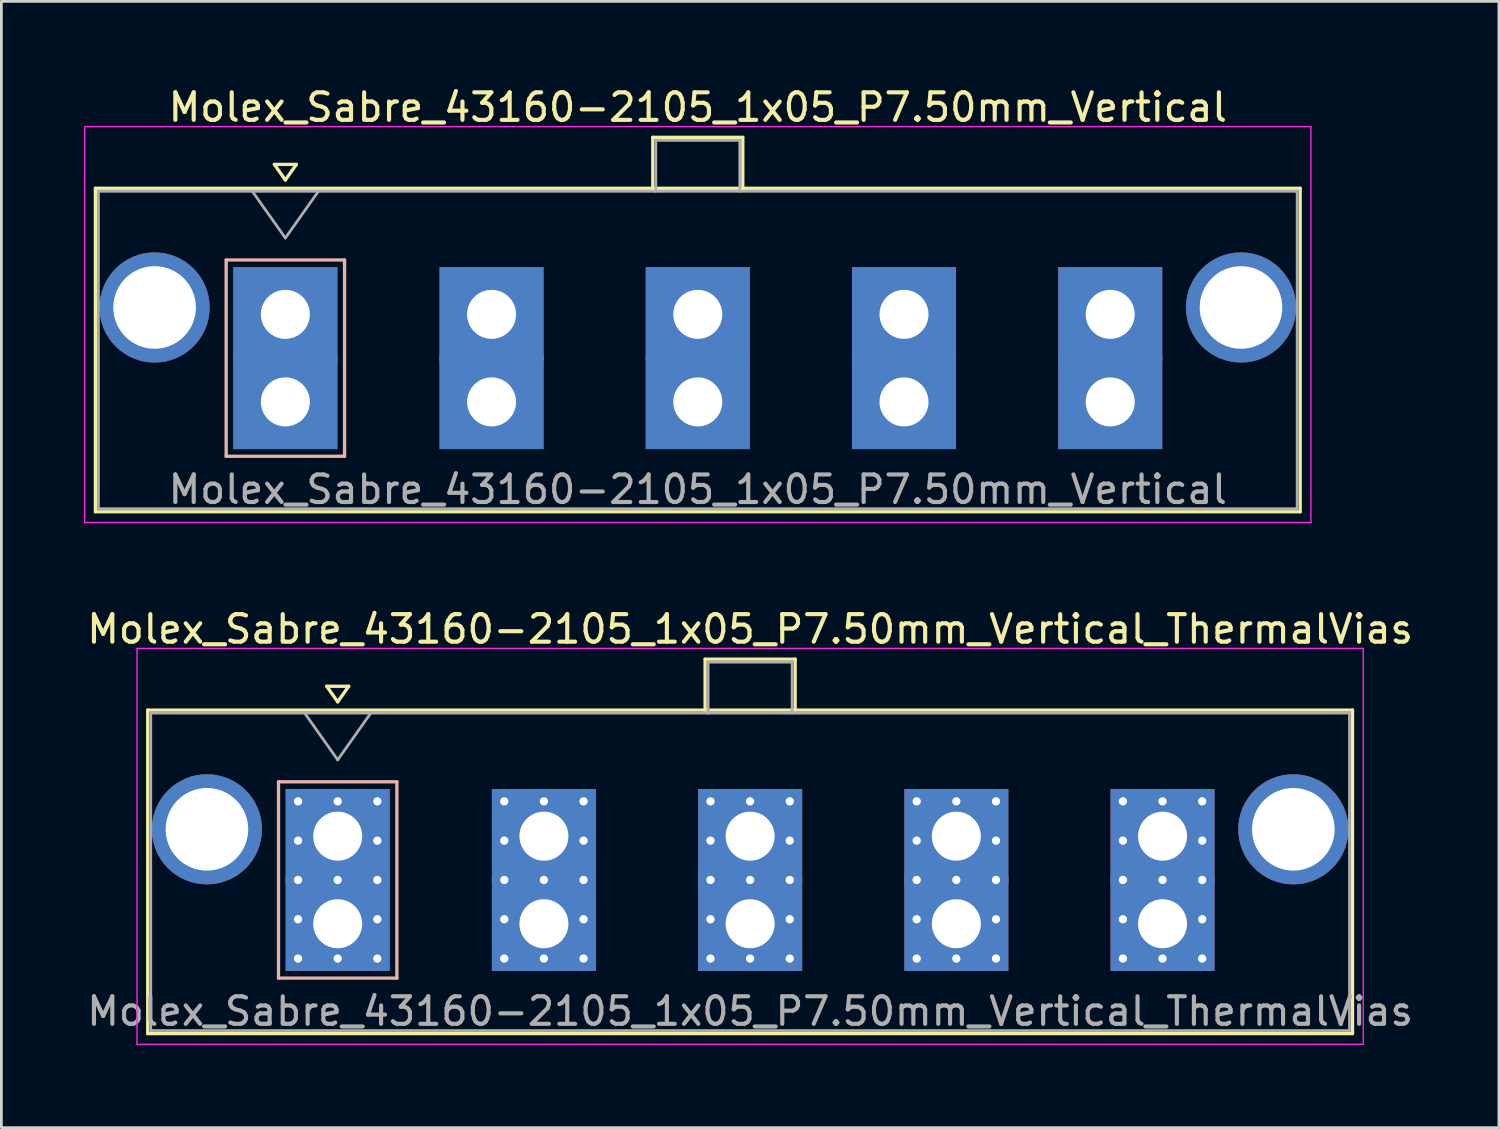
<source format=kicad_pcb>
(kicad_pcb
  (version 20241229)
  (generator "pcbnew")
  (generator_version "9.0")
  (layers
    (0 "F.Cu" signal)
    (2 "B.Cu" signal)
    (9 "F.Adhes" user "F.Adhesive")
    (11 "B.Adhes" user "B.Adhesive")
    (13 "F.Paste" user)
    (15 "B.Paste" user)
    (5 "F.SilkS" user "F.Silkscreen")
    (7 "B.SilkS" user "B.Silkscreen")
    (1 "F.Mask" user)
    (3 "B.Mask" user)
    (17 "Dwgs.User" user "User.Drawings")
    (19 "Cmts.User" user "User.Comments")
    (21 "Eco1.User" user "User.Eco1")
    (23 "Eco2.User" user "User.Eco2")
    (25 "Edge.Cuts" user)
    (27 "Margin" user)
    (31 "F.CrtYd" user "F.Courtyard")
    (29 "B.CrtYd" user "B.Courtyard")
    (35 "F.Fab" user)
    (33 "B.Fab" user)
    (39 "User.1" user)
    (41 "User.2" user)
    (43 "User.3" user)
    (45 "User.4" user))
  (footprint "Molex_Sabre_43160-2105_1x05_P7.50mm_Vertical_ThermalVias"
    (layer "F.Cu")
    (at 9.216 30.502)
    (property "Reference" "Molex_Sabre_43160-2105_1x05_P7.50mm_Vertical_ThermalVias" (at 14.98 -10.7 0) (layer "F.SilkS") (effects (font (size 1 1) (thickness 0.15))))
    (attr through_hole)
    (fp_line (start -6.9 -7.76) (end -6.9 3.99) (stroke (width 0.12) (type solid)) (layer "F.SilkS"))
    (fp_line (start -6.9 3.99) (end 36.86 3.99) (stroke (width 0.12) (type solid)) (layer "F.SilkS"))
    (fp_line (start -0.4 -8.626) (end 0 -8.06) (stroke (width 0.12) (type solid)) (layer "F.SilkS"))
    (fp_line (start 0 -8.06) (end 0.4 -8.626) (stroke (width 0.12) (type solid)) (layer "F.SilkS"))
    (fp_line (start 0.4 -8.626) (end -0.4 -8.626) (stroke (width 0.12) (type solid)) (layer "F.SilkS"))
    (fp_line (start 13.345 -9.61) (end 16.615 -9.61) (stroke (width 0.12) (type solid)) (layer "F.SilkS"))
    (fp_line (start 13.345 -7.76) (end 13.345 -9.61) (stroke (width 0.12) (type solid)) (layer "F.SilkS"))
    (fp_line (start 16.615 -9.61) (end 16.615 -7.76) (stroke (width 0.12) (type solid)) (layer "F.SilkS"))
    (fp_line (start 36.86 -7.76) (end -6.9 -7.76) (stroke (width 0.12) (type solid)) (layer "F.SilkS"))
    (fp_line (start 36.86 3.99) (end 36.86 -7.76) (stroke (width 0.12) (type solid)) (layer "F.SilkS"))
    (fp_line (start -2.15 -5.155) (end -2.15 1.975) (stroke (width 0.12) (type solid)) (layer "B.SilkS"))
    (fp_line (start -2.15 1.975) (end 2.15 1.975) (stroke (width 0.12) (type solid)) (layer "B.SilkS"))
    (fp_line (start 2.15 -5.155) (end -2.15 -5.155) (stroke (width 0.12) (type solid)) (layer "B.SilkS"))
    (fp_line (start 2.15 1.975) (end 2.15 -5.155) (stroke (width 0.12) (type solid)) (layer "B.SilkS"))
    (fp_line (start -7.29 -10) (end -7.29 4.38) (stroke (width 0.05) (type solid)) (layer "F.CrtYd"))
    (fp_line (start -7.29 4.38) (end 37.25 4.38) (stroke (width 0.05) (type solid)) (layer "F.CrtYd"))
    (fp_line (start 37.25 -10) (end -7.29 -10) (stroke (width 0.05) (type solid)) (layer "F.CrtYd"))
    (fp_line (start 37.25 4.38) (end 37.25 -10) (stroke (width 0.05) (type solid)) (layer "F.CrtYd"))
    (fp_line (start -6.79 -7.65) (end -6.79 3.88) (stroke (width 0.1) (type solid)) (layer "F.Fab"))
    (fp_line (start -6.79 3.88) (end 36.75 3.88) (stroke (width 0.1) (type solid)) (layer "F.Fab"))
    (fp_line (start -1.2 -7.65) (end 0 -5.953) (stroke (width 0.1) (type solid)) (layer "F.Fab"))
    (fp_line (start 0 -5.953) (end 1.2 -7.65) (stroke (width 0.1) (type solid)) (layer "F.Fab"))
    (fp_line (start 13.455 -9.5) (end 16.505 -9.5) (stroke (width 0.1) (type solid)) (layer "F.Fab"))
    (fp_line (start 13.455 -7.65) (end 13.455 -9.5) (stroke (width 0.1) (type solid)) (layer "F.Fab"))
    (fp_line (start 16.505 -9.5) (end 16.505 -7.65) (stroke (width 0.1) (type solid)) (layer "F.Fab"))
    (fp_line (start 36.75 -7.65) (end -6.79 -7.65) (stroke (width 0.1) (type solid)) (layer "F.Fab"))
    (fp_line (start 36.75 3.88) (end 36.75 -7.65) (stroke (width 0.1) (type solid)) (layer "F.Fab"))
    (fp_text user "${REFERENCE}" (at 14.98 3.18 0) (layer "F.Fab") (effects (font (size 1 1) (thickness 0.15))))
    (pad "" thru_hole circle (at -4.75 -3.43) (size 4 4) (drill 3) (layers "*.Cu" "*.Mask"))
    (pad "" thru_hole circle (at 34.71 -3.43) (size 4 4) (drill 3) (layers "*.Cu" "*.Mask"))
    (pad "1" thru_hole rect (at -1.44 -4.445) (size 0.6 0.6) (drill 0.3) (layers "*.Cu" "*.Mask"))
    (pad "1" thru_hole rect (at -1.44 -3.018) (size 0.6 0.6) (drill 0.3) (layers "*.Cu" "*.Mask"))
    (pad "1" thru_hole rect (at -1.44 -1.59) (size 0.6 0.6) (drill 0.3) (layers "*.Cu" "*.Mask"))
    (pad "1" thru_hole rect (at -1.44 -0.163) (size 0.6 0.6) (drill 0.3) (layers "*.Cu" "*.Mask"))
    (pad "1" thru_hole rect (at -1.44 1.265) (size 0.6 0.6) (drill 0.3) (layers "*.Cu" "*.Mask"))
    (pad "1" thru_hole rect (at 0 -4.445) (size 0.6 0.6) (drill 0.3) (layers "*.Cu" "*.Mask"))
    (pad "1" thru_hole rect (at 0 -3.18) (size 3.78 3.43) (drill 1.78) (layers "*.Cu" "*.Mask"))
    (pad "1" thru_hole rect (at 0 -1.59) (size 0.6 0.6) (drill 0.3) (layers "*.Cu" "*.Mask"))
    (pad "1" thru_hole rect (at 0 0) (size 3.78 3.43) (drill 1.78) (layers "*.Cu" "*.Mask"))
    (pad "1" thru_hole rect (at 0 1.265) (size 0.6 0.6) (drill 0.3) (layers "*.Cu" "*.Mask"))
    (pad "1" thru_hole rect (at 1.44 -4.445) (size 0.6 0.6) (drill 0.3) (layers "*.Cu" "*.Mask"))
    (pad "1" thru_hole rect (at 1.44 -3.018) (size 0.6 0.6) (drill 0.3) (layers "*.Cu" "*.Mask"))
    (pad "1" thru_hole rect (at 1.44 -1.59) (size 0.6 0.6) (drill 0.3) (layers "*.Cu" "*.Mask"))
    (pad "1" thru_hole rect (at 1.44 -0.163) (size 0.6 0.6) (drill 0.3) (layers "*.Cu" "*.Mask"))
    (pad "1" thru_hole rect (at 1.44 1.265) (size 0.6 0.6) (drill 0.3) (layers "*.Cu" "*.Mask"))
    (pad "2" thru_hole circle (at 6.05 -4.445) (size 0.6 0.6) (drill 0.3) (layers "*.Cu" "*.Mask"))
    (pad "2" thru_hole circle (at 6.05 -3.018) (size 0.6 0.6) (drill 0.3) (layers "*.Cu" "*.Mask"))
    (pad "2" thru_hole circle (at 6.05 -1.59) (size 0.6 0.6) (drill 0.3) (layers "*.Cu" "*.Mask"))
    (pad "2" thru_hole circle (at 6.05 -0.163) (size 0.6 0.6) (drill 0.3) (layers "*.Cu" "*.Mask"))
    (pad "2" thru_hole circle (at 6.05 1.265) (size 0.6 0.6) (drill 0.3) (layers "*.Cu" "*.Mask"))
    (pad "2" thru_hole circle (at 7.49 -4.445) (size 0.6 0.6) (drill 0.3) (layers "*.Cu" "*.Mask"))
    (pad "2" thru_hole rect (at 7.49 -3.18) (size 3.78 3.43) (drill 1.78) (layers "*.Cu" "*.Mask"))
    (pad "2" thru_hole circle (at 7.49 -1.59) (size 0.6 0.6) (drill 0.3) (layers "*.Cu" "*.Mask"))
    (pad "2" thru_hole rect (at 7.49 0) (size 3.78 3.43) (drill 1.78) (layers "*.Cu" "*.Mask"))
    (pad "2" thru_hole circle (at 7.49 1.265) (size 0.6 0.6) (drill 0.3) (layers "*.Cu" "*.Mask"))
    (pad "2" thru_hole circle (at 8.93 -4.445) (size 0.6 0.6) (drill 0.3) (layers "*.Cu" "*.Mask"))
    (pad "2" thru_hole circle (at 8.93 -3.018) (size 0.6 0.6) (drill 0.3) (layers "*.Cu" "*.Mask"))
    (pad "2" thru_hole circle (at 8.93 -1.59) (size 0.6 0.6) (drill 0.3) (layers "*.Cu" "*.Mask"))
    (pad "2" thru_hole circle (at 8.93 -0.163) (size 0.6 0.6) (drill 0.3) (layers "*.Cu" "*.Mask"))
    (pad "2" thru_hole circle (at 8.93 1.265) (size 0.6 0.6) (drill 0.3) (layers "*.Cu" "*.Mask"))
    (pad "3" thru_hole circle (at 13.54 -4.445) (size 0.6 0.6) (drill 0.3) (layers "*.Cu" "*.Mask"))
    (pad "3" thru_hole circle (at 13.54 -3.018) (size 0.6 0.6) (drill 0.3) (layers "*.Cu" "*.Mask"))
    (pad "3" thru_hole circle (at 13.54 -1.59) (size 0.6 0.6) (drill 0.3) (layers "*.Cu" "*.Mask"))
    (pad "3" thru_hole circle (at 13.54 -0.163) (size 0.6 0.6) (drill 0.3) (layers "*.Cu" "*.Mask"))
    (pad "3" thru_hole circle (at 13.54 1.265) (size 0.6 0.6) (drill 0.3) (layers "*.Cu" "*.Mask"))
    (pad "3" thru_hole circle (at 14.98 -4.445) (size 0.6 0.6) (drill 0.3) (layers "*.Cu" "*.Mask"))
    (pad "3" thru_hole rect (at 14.98 -3.18) (size 3.78 3.43) (drill 1.78) (layers "*.Cu" "*.Mask"))
    (pad "3" thru_hole circle (at 14.98 -1.59) (size 0.6 0.6) (drill 0.3) (layers "*.Cu" "*.Mask"))
    (pad "3" thru_hole rect (at 14.98 0) (size 3.78 3.43) (drill 1.78) (layers "*.Cu" "*.Mask"))
    (pad "3" thru_hole circle (at 14.98 1.265) (size 0.6 0.6) (drill 0.3) (layers "*.Cu" "*.Mask"))
    (pad "3" thru_hole circle (at 16.42 -4.445) (size 0.6 0.6) (drill 0.3) (layers "*.Cu" "*.Mask"))
    (pad "3" thru_hole circle (at 16.42 -3.018) (size 0.6 0.6) (drill 0.3) (layers "*.Cu" "*.Mask"))
    (pad "3" thru_hole circle (at 16.42 -1.59) (size 0.6 0.6) (drill 0.3) (layers "*.Cu" "*.Mask"))
    (pad "3" thru_hole circle (at 16.42 -0.163) (size 0.6 0.6) (drill 0.3) (layers "*.Cu" "*.Mask"))
    (pad "3" thru_hole circle (at 16.42 1.265) (size 0.6 0.6) (drill 0.3) (layers "*.Cu" "*.Mask"))
    (pad "4" thru_hole circle (at 21.03 -4.445) (size 0.6 0.6) (drill 0.3) (layers "*.Cu" "*.Mask"))
    (pad "4" thru_hole circle (at 21.03 -3.018) (size 0.6 0.6) (drill 0.3) (layers "*.Cu" "*.Mask"))
    (pad "4" thru_hole circle (at 21.03 -1.59) (size 0.6 0.6) (drill 0.3) (layers "*.Cu" "*.Mask"))
    (pad "4" thru_hole circle (at 21.03 -0.163) (size 0.6 0.6) (drill 0.3) (layers "*.Cu" "*.Mask"))
    (pad "4" thru_hole circle (at 21.03 1.265) (size 0.6 0.6) (drill 0.3) (layers "*.Cu" "*.Mask"))
    (pad "4" thru_hole circle (at 22.47 -4.445) (size 0.6 0.6) (drill 0.3) (layers "*.Cu" "*.Mask"))
    (pad "4" thru_hole rect (at 22.47 -3.18) (size 3.78 3.43) (drill 1.78) (layers "*.Cu" "*.Mask"))
    (pad "4" thru_hole circle (at 22.47 -1.59) (size 0.6 0.6) (drill 0.3) (layers "*.Cu" "*.Mask"))
    (pad "4" thru_hole rect (at 22.47 0) (size 3.78 3.43) (drill 1.78) (layers "*.Cu" "*.Mask"))
    (pad "4" thru_hole circle (at 22.47 1.265) (size 0.6 0.6) (drill 0.3) (layers "*.Cu" "*.Mask"))
    (pad "4" thru_hole circle (at 23.91 -4.445) (size 0.6 0.6) (drill 0.3) (layers "*.Cu" "*.Mask"))
    (pad "4" thru_hole circle (at 23.91 -3.018) (size 0.6 0.6) (drill 0.3) (layers "*.Cu" "*.Mask"))
    (pad "4" thru_hole circle (at 23.91 -1.59) (size 0.6 0.6) (drill 0.3) (layers "*.Cu" "*.Mask"))
    (pad "4" thru_hole circle (at 23.91 -0.163) (size 0.6 0.6) (drill 0.3) (layers "*.Cu" "*.Mask"))
    (pad "4" thru_hole circle (at 23.91 1.265) (size 0.6 0.6) (drill 0.3) (layers "*.Cu" "*.Mask"))
    (pad "5" thru_hole circle (at 28.52 -4.445) (size 0.6 0.6) (drill 0.3) (layers "*.Cu" "*.Mask"))
    (pad "5" thru_hole circle (at 28.52 -3.018) (size 0.6 0.6) (drill 0.3) (layers "*.Cu" "*.Mask"))
    (pad "5" thru_hole circle (at 28.52 -1.59) (size 0.6 0.6) (drill 0.3) (layers "*.Cu" "*.Mask"))
    (pad "5" thru_hole circle (at 28.52 -0.163) (size 0.6 0.6) (drill 0.3) (layers "*.Cu" "*.Mask"))
    (pad "5" thru_hole circle (at 28.52 1.265) (size 0.6 0.6) (drill 0.3) (layers "*.Cu" "*.Mask"))
    (pad "5" thru_hole circle (at 29.96 -4.445) (size 0.6 0.6) (drill 0.3) (layers "*.Cu" "*.Mask"))
    (pad "5" thru_hole rect (at 29.96 -3.18) (size 3.78 3.43) (drill 1.78) (layers "*.Cu" "*.Mask"))
    (pad "5" thru_hole circle (at 29.96 -1.59) (size 0.6 0.6) (drill 0.3) (layers "*.Cu" "*.Mask"))
    (pad "5" thru_hole rect (at 29.96 0) (size 3.78 3.43) (drill 1.78) (layers "*.Cu" "*.Mask"))
    (pad "5" thru_hole circle (at 29.96 1.265) (size 0.6 0.6) (drill 0.3) (layers "*.Cu" "*.Mask"))
    (pad "5" thru_hole circle (at 31.4 -4.445) (size 0.6 0.6) (drill 0.3) (layers "*.Cu" "*.Mask"))
    (pad "5" thru_hole circle (at 31.4 -3.018) (size 0.6 0.6) (drill 0.3) (layers "*.Cu" "*.Mask"))
    (pad "5" thru_hole circle (at 31.4 -1.59) (size 0.6 0.6) (drill 0.3) (layers "*.Cu" "*.Mask"))
    (pad "5" thru_hole circle (at 31.4 -0.163) (size 0.6 0.6) (drill 0.3) (layers "*.Cu" "*.Mask"))
    (pad "5" thru_hole circle (at 31.4 1.265) (size 0.6 0.6) (drill 0.3) (layers "*.Cu" "*.Mask")))
  (footprint "Molex_Sabre_43160-2105_1x05_P7.50mm_Vertical"
    (layer "F.Cu")
    (at 7.315 11.548)
    (property "Reference" "Molex_Sabre_43160-2105_1x05_P7.50mm_Vertical" (at 14.98 -10.7 0) (layer "F.SilkS") (effects (font (size 1 1) (thickness 0.15))))
    (attr through_hole)
    (fp_line (start -6.9 -7.76) (end -6.9 3.99) (stroke (width 0.12) (type solid)) (layer "F.SilkS"))
    (fp_line (start -6.9 3.99) (end 36.86 3.99) (stroke (width 0.12) (type solid)) (layer "F.SilkS"))
    (fp_line (start -0.4 -8.626) (end 0 -8.06) (stroke (width 0.12) (type solid)) (layer "F.SilkS"))
    (fp_line (start 0 -8.06) (end 0.4 -8.626) (stroke (width 0.12) (type solid)) (layer "F.SilkS"))
    (fp_line (start 0.4 -8.626) (end -0.4 -8.626) (stroke (width 0.12) (type solid)) (layer "F.SilkS"))
    (fp_line (start 13.345 -9.61) (end 16.615 -9.61) (stroke (width 0.12) (type solid)) (layer "F.SilkS"))
    (fp_line (start 13.345 -7.76) (end 13.345 -9.61) (stroke (width 0.12) (type solid)) (layer "F.SilkS"))
    (fp_line (start 16.615 -9.61) (end 16.615 -7.76) (stroke (width 0.12) (type solid)) (layer "F.SilkS"))
    (fp_line (start 36.86 -7.76) (end -6.9 -7.76) (stroke (width 0.12) (type solid)) (layer "F.SilkS"))
    (fp_line (start 36.86 3.99) (end 36.86 -7.76) (stroke (width 0.12) (type solid)) (layer "F.SilkS"))
    (fp_line (start -2.15 -5.155) (end -2.15 1.975) (stroke (width 0.12) (type solid)) (layer "B.SilkS"))
    (fp_line (start -2.15 1.975) (end 2.15 1.975) (stroke (width 0.12) (type solid)) (layer "B.SilkS"))
    (fp_line (start 2.15 -5.155) (end -2.15 -5.155) (stroke (width 0.12) (type solid)) (layer "B.SilkS"))
    (fp_line (start 2.15 1.975) (end 2.15 -5.155) (stroke (width 0.12) (type solid)) (layer "B.SilkS"))
    (fp_line (start -7.29 -10) (end -7.29 4.38) (stroke (width 0.05) (type solid)) (layer "F.CrtYd"))
    (fp_line (start -7.29 4.38) (end 37.25 4.38) (stroke (width 0.05) (type solid)) (layer "F.CrtYd"))
    (fp_line (start 37.25 -10) (end -7.29 -10) (stroke (width 0.05) (type solid)) (layer "F.CrtYd"))
    (fp_line (start 37.25 4.38) (end 37.25 -10) (stroke (width 0.05) (type solid)) (layer "F.CrtYd"))
    (fp_line (start -6.79 -7.65) (end -6.79 3.88) (stroke (width 0.1) (type solid)) (layer "F.Fab"))
    (fp_line (start -6.79 3.88) (end 36.75 3.88) (stroke (width 0.1) (type solid)) (layer "F.Fab"))
    (fp_line (start -1.2 -7.65) (end 0 -5.953) (stroke (width 0.1) (type solid)) (layer "F.Fab"))
    (fp_line (start 0 -5.953) (end 1.2 -7.65) (stroke (width 0.1) (type solid)) (layer "F.Fab"))
    (fp_line (start 13.455 -9.5) (end 16.505 -9.5) (stroke (width 0.1) (type solid)) (layer "F.Fab"))
    (fp_line (start 13.455 -7.65) (end 13.455 -9.5) (stroke (width 0.1) (type solid)) (layer "F.Fab"))
    (fp_line (start 16.505 -9.5) (end 16.505 -7.65) (stroke (width 0.1) (type solid)) (layer "F.Fab"))
    (fp_line (start 36.75 -7.65) (end -6.79 -7.65) (stroke (width 0.1) (type solid)) (layer "F.Fab"))
    (fp_line (start 36.75 3.88) (end 36.75 -7.65) (stroke (width 0.1) (type solid)) (layer "F.Fab"))
    (fp_text user "${REFERENCE}" (at 14.98 3.18 0) (layer "F.Fab") (effects (font (size 1 1) (thickness 0.15))))
    (pad "" thru_hole circle (at -4.75 -3.43) (size 4 4) (drill 3) (layers "*.Cu" "*.Mask"))
    (pad "" thru_hole circle (at 34.71 -3.43) (size 4 4) (drill 3) (layers "*.Cu" "*.Mask"))
    (pad "1" thru_hole rect (at 0 -3.18) (size 3.78 3.43) (drill 1.78) (layers "*.Cu" "*.Mask"))
    (pad "1" thru_hole rect (at 0 0) (size 3.78 3.43) (drill 1.78) (layers "*.Cu" "*.Mask"))
    (pad "2" thru_hole rect (at 7.49 -3.18) (size 3.78 3.43) (drill 1.78) (layers "*.Cu" "*.Mask"))
    (pad "2" thru_hole rect (at 7.49 0) (size 3.78 3.43) (drill 1.78) (layers "*.Cu" "*.Mask"))
    (pad "3" thru_hole rect (at 14.98 -3.18) (size 3.78 3.43) (drill 1.78) (layers "*.Cu" "*.Mask"))
    (pad "3" thru_hole rect (at 14.98 0) (size 3.78 3.43) (drill 1.78) (layers "*.Cu" "*.Mask"))
    (pad "4" thru_hole rect (at 22.47 -3.18) (size 3.78 3.43) (drill 1.78) (layers "*.Cu" "*.Mask"))
    (pad "4" thru_hole rect (at 22.47 0) (size 3.78 3.43) (drill 1.78) (layers "*.Cu" "*.Mask"))
    (pad "5" thru_hole rect (at 29.96 -3.18) (size 3.78 3.43) (drill 1.78) (layers "*.Cu" "*.Mask"))
    (pad "5" thru_hole rect (at 29.96 0) (size 3.78 3.43) (drill 1.78) (layers "*.Cu" "*.Mask")))
  (gr_rect
    (start -3 -3)
    (end 51.393 37.907)
    (stroke (width 0.1) (type default))
    (fill no)
    (layer "Edge.Cuts")))
</source>
